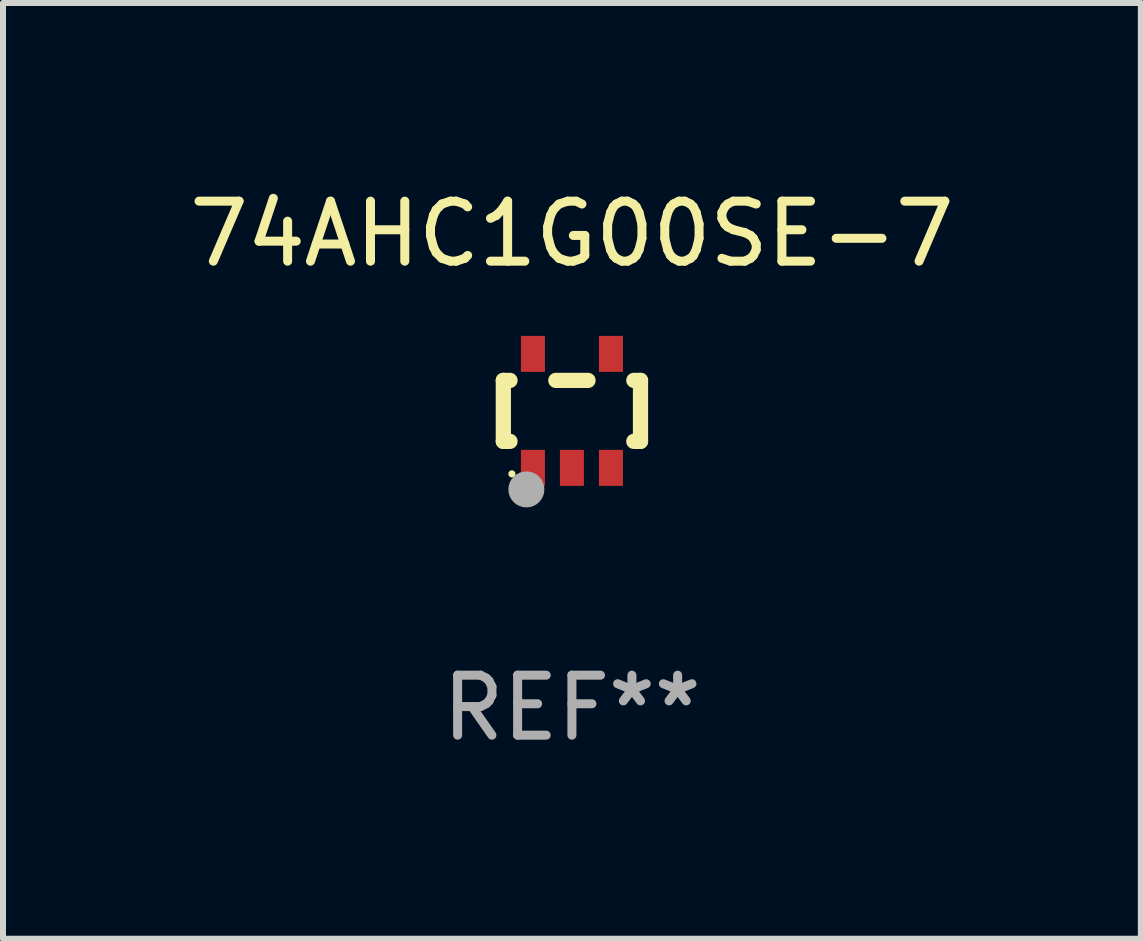
<source format=kicad_pcb>
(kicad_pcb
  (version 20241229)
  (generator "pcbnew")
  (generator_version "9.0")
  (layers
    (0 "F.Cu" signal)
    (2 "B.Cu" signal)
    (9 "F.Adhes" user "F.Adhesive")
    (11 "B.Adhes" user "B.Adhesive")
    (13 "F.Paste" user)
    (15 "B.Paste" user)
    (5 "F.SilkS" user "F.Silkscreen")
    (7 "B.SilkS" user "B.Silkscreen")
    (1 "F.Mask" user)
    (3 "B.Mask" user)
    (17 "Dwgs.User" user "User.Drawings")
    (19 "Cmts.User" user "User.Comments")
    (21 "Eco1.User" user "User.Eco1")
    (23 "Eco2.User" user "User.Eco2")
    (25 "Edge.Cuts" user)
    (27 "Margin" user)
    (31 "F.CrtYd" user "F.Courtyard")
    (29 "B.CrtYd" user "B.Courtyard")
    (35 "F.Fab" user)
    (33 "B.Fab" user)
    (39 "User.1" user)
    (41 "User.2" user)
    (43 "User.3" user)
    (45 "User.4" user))
  (footprint "74AHC1G00SE-7"
    (layer "F.Cu")
    (at 6.482 3.798)
    (property "Reference" "74AHC1G00SE-7" (at 0 -2.95 0) (layer "F.SilkS") (effects (font (size 1 1) (thickness 0.15))))
    (attr through_hole)
    (fp_line (start -1.143 -0.508) (end -1.032 -0.508) (stroke (width 0.254) (type solid)) (layer "F.SilkS"))
    (fp_line (start -1.143 0.508) (end -1.143 -0.508) (stroke (width 0.254) (type solid)) (layer "F.SilkS"))
    (fp_line (start -1.032 0.508) (end -1.143 0.508) (stroke (width 0.254) (type solid)) (layer "F.SilkS"))
    (fp_line (start -0.268 -0.508) (end 0.268 -0.508) (stroke (width 0.254) (type solid)) (layer "F.SilkS"))
    (fp_line (start 1.032 -0.508) (end 1.143 -0.508) (stroke (width 0.254) (type solid)) (layer "F.SilkS"))
    (fp_line (start 1.143 -0.508) (end 1.143 0.508) (stroke (width 0.254) (type solid)) (layer "F.SilkS"))
    (fp_line (start 1.143 0.508) (end 1.032 0.508) (stroke (width 0.254) (type solid)) (layer "F.SilkS"))
    (fp_circle (center -1 1.05) (end -0.97 1.05) (stroke (width 0.06) (type solid)) (fill no) (layer "F.SilkS"))
    (fp_circle (center -0.759 1.309) (end -0.609 1.309) (stroke (width 0.3) (type solid)) (fill no) (layer "F.Fab"))
    (fp_text user "REF**" (at 0 4.95 0) (layer "F.Fab") (effects (font (size 1 1) (thickness 0.15))))
    (pad "1" smd rect (at -0.65 0.95 180) (size 0.4 0.6) (layers "F.Cu" "F.Mask" "F.Paste"))
    (pad "2" smd rect (at 0 0.95 180) (size 0.4 0.6) (layers "F.Cu" "F.Mask" "F.Paste"))
    (pad "3" smd rect (at 0.65 0.95 180) (size 0.4 0.6) (layers "F.Cu" "F.Mask" "F.Paste"))
    (pad "4" smd rect (at 0.65 -0.95 180) (size 0.4 0.6) (layers "F.Cu" "F.Mask" "F.Paste"))
    (pad "5" smd rect (at -0.65 -0.95 180) (size 0.4 0.6) (layers "F.Cu" "F.Mask" "F.Paste")))
  (gr_rect
    (start -3 -3)
    (end 15.964 12.596)
    (stroke (width 0.1) (type default))
    (fill no)
    (layer "Edge.Cuts")))
</source>
